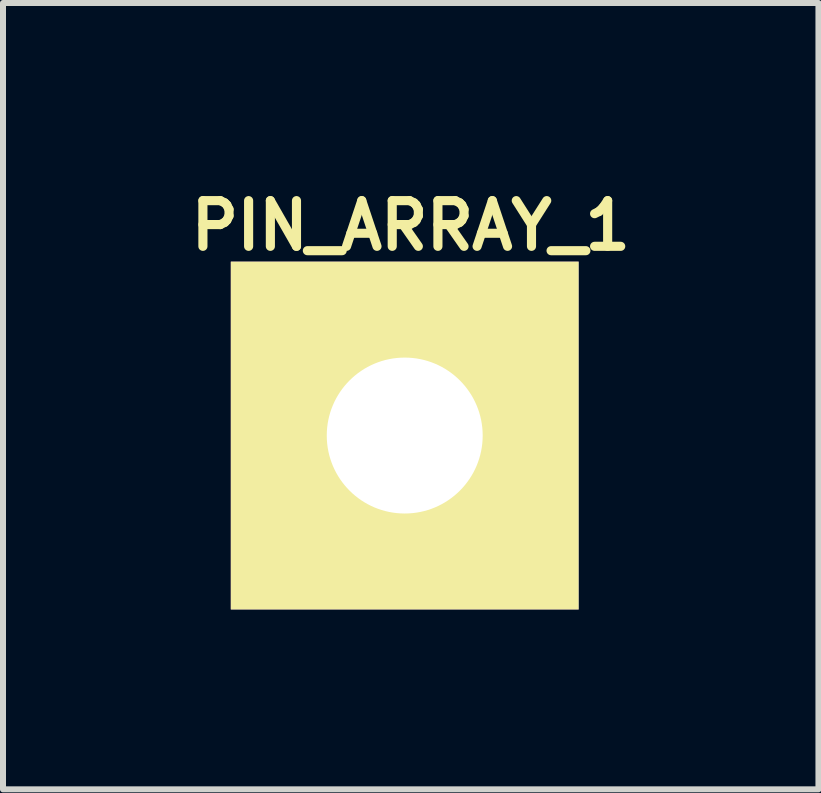
<source format=kicad_pcb>
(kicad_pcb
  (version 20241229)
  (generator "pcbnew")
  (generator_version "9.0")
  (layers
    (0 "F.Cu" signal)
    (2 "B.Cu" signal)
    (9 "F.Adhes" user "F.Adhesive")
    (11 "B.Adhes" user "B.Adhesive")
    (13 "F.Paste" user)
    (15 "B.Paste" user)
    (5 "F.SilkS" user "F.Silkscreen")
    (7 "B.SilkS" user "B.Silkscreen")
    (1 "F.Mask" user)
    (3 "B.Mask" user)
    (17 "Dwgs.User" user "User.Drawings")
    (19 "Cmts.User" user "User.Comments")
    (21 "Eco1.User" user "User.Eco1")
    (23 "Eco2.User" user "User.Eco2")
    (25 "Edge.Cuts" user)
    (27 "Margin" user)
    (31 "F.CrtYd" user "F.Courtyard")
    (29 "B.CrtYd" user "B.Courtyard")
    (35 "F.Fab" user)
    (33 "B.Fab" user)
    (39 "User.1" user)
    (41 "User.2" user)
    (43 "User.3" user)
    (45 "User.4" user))
  (footprint "PIN_ARRAY_1"
    (layer "F.Cu")
    (at 3.699 4.213)
    (property "Reference" "PIN_ARRAY_1" (at 0.1 -3.5 0) (layer "F.SilkS") (effects (font (size 0.762 0.762) (thickness 0.152))))
    (attr through_hole)
    (fp_line (start -1.27 -1.27) (end 1.27 -1.27) (stroke (width 0.152) (type solid)) (layer "F.SilkS"))
    (fp_line (start -1.27 1.27) (end -1.27 -1.27) (stroke (width 0.152) (type solid)) (layer "F.SilkS"))
    (fp_line (start 1.27 -1.27) (end 1.27 1.27) (stroke (width 0.152) (type solid)) (layer "F.SilkS"))
    (fp_line (start 1.27 1.27) (end -1.27 1.27) (stroke (width 0.152) (type solid)) (layer "F.SilkS"))
    (pad "1" thru_hole rect (at 0 0) (size 5.8 5.8) (drill 2.6) (layers "*.Cu" "*.Mask" "F.SilkS")))
  (gr_rect
    (start -3 -3)
    (end 10.598 10.113)
    (stroke (width 0.1) (type default))
    (fill no)
    (layer "Edge.Cuts")))
</source>
